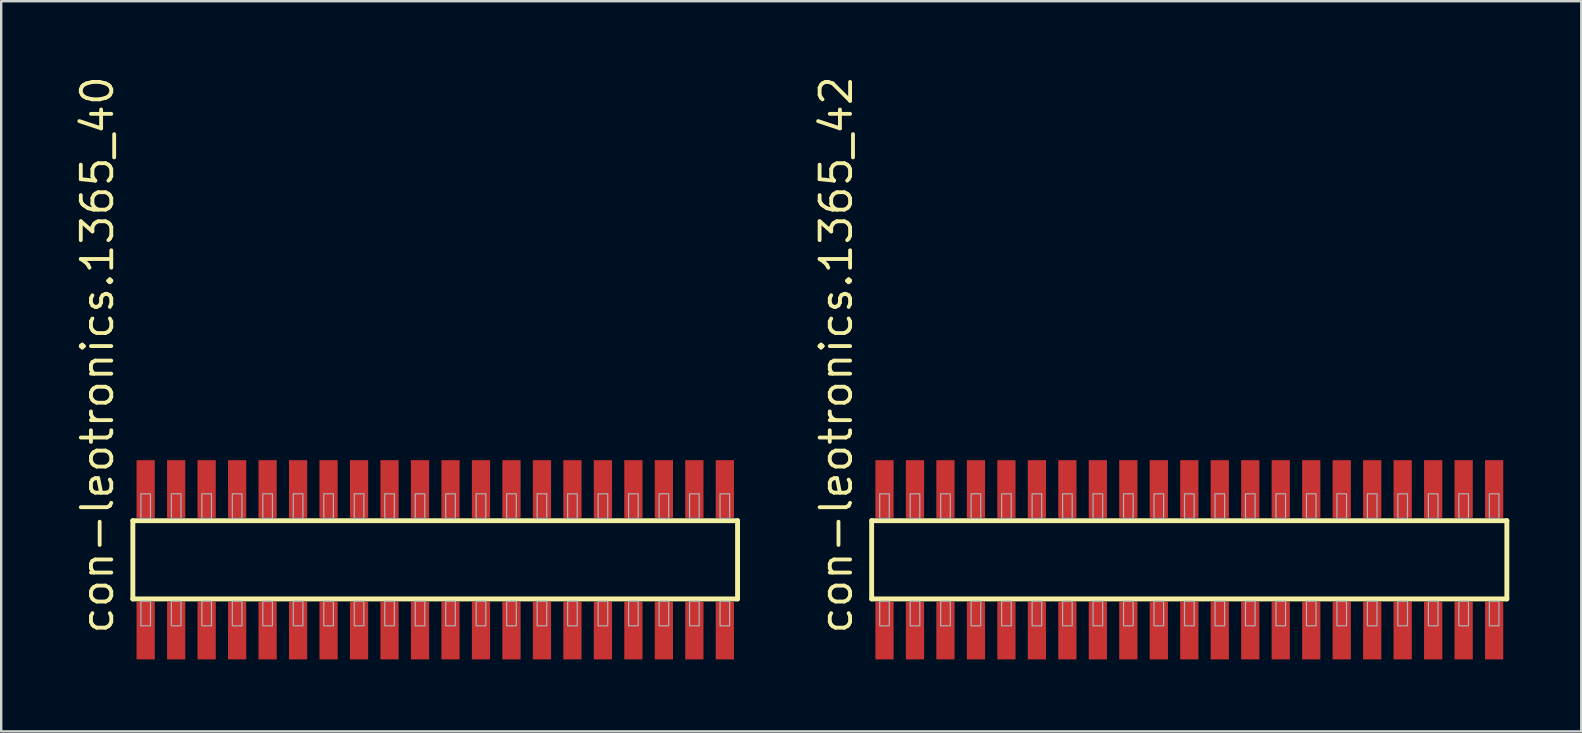
<source format=kicad_pcb>
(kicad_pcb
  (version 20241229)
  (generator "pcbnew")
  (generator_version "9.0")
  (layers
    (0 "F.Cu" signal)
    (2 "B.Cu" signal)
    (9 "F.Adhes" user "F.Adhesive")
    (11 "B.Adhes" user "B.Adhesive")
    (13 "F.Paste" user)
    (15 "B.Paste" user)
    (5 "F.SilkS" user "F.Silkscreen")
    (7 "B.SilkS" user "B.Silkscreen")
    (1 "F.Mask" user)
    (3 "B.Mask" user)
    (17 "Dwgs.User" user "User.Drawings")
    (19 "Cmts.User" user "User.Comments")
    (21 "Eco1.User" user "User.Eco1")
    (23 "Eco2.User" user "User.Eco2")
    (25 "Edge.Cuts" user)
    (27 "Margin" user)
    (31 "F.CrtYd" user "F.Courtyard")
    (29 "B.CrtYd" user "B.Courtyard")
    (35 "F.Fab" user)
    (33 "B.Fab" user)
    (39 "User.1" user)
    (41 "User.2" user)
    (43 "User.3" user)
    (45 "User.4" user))
  (footprint "con-leotronics.1365_42"
    (layer "F.Cu")
    (at 46.502 20.274)
    (property "Reference" "con-leotronics.1365_42" (at -13.97 3.175 90) (layer "F.SilkS") (effects (font (size 1.27 1.27) (thickness 0.16)) (justify left bottom)))
    (attr smd)
    (fp_line (start -13.235 -1.63) (end 13.23 -1.63) (stroke (width 0.203) (type default)) (layer "F.SilkS"))
    (fp_line (start -13.235 1.63) (end -13.235 -1.63) (stroke (width 0.203) (type default)) (layer "F.SilkS"))
    (fp_line (start 13.23 -1.63) (end 13.23 1.63) (stroke (width 0.203) (type default)) (layer "F.SilkS"))
    (fp_line (start 13.23 1.63) (end -13.235 1.63) (stroke (width 0.203) (type default)) (layer "F.SilkS"))
    (fp_rect (start -12.9 -1.725) (end -12.5 -2.75) (stroke (width 0.05) (type default)) (fill no) (layer "F.Fab"))
    (fp_rect (start -12.9 2.75) (end -12.5 1.725) (stroke (width 0.05) (type default)) (fill no) (layer "F.Fab"))
    (fp_rect (start -11.63 -1.725) (end -11.23 -2.75) (stroke (width 0.05) (type default)) (fill no) (layer "F.Fab"))
    (fp_rect (start -11.63 2.75) (end -11.23 1.725) (stroke (width 0.05) (type default)) (fill no) (layer "F.Fab"))
    (fp_rect (start -10.36 -1.725) (end -9.96 -2.75) (stroke (width 0.05) (type default)) (fill no) (layer "F.Fab"))
    (fp_rect (start -10.36 2.75) (end -9.96 1.725) (stroke (width 0.05) (type default)) (fill no) (layer "F.Fab"))
    (fp_rect (start -9.09 -1.725) (end -8.69 -2.75) (stroke (width 0.05) (type default)) (fill no) (layer "F.Fab"))
    (fp_rect (start -9.09 2.75) (end -8.69 1.725) (stroke (width 0.05) (type default)) (fill no) (layer "F.Fab"))
    (fp_rect (start -7.82 -1.725) (end -7.42 -2.75) (stroke (width 0.05) (type default)) (fill no) (layer "F.Fab"))
    (fp_rect (start -7.82 2.75) (end -7.42 1.725) (stroke (width 0.05) (type default)) (fill no) (layer "F.Fab"))
    (fp_rect (start -6.55 -1.725) (end -6.15 -2.75) (stroke (width 0.05) (type default)) (fill no) (layer "F.Fab"))
    (fp_rect (start -6.55 2.75) (end -6.15 1.725) (stroke (width 0.05) (type default)) (fill no) (layer "F.Fab"))
    (fp_rect (start -5.28 -1.725) (end -4.88 -2.75) (stroke (width 0.05) (type default)) (fill no) (layer "F.Fab"))
    (fp_rect (start -5.28 2.75) (end -4.88 1.725) (stroke (width 0.05) (type default)) (fill no) (layer "F.Fab"))
    (fp_rect (start -4.01 -1.725) (end -3.61 -2.75) (stroke (width 0.05) (type default)) (fill no) (layer "F.Fab"))
    (fp_rect (start -4.01 2.75) (end -3.61 1.725) (stroke (width 0.05) (type default)) (fill no) (layer "F.Fab"))
    (fp_rect (start -2.74 -1.725) (end -2.34 -2.75) (stroke (width 0.05) (type default)) (fill no) (layer "F.Fab"))
    (fp_rect (start -2.74 2.75) (end -2.34 1.725) (stroke (width 0.05) (type default)) (fill no) (layer "F.Fab"))
    (fp_rect (start -1.47 -1.725) (end -1.07 -2.75) (stroke (width 0.05) (type default)) (fill no) (layer "F.Fab"))
    (fp_rect (start -1.47 2.75) (end -1.07 1.725) (stroke (width 0.05) (type default)) (fill no) (layer "F.Fab"))
    (fp_rect (start -0.2 -1.725) (end 0.2 -2.75) (stroke (width 0.05) (type default)) (fill no) (layer "F.Fab"))
    (fp_rect (start -0.2 2.75) (end 0.2 1.725) (stroke (width 0.05) (type default)) (fill no) (layer "F.Fab"))
    (fp_rect (start 1.07 -1.725) (end 1.47 -2.75) (stroke (width 0.05) (type default)) (fill no) (layer "F.Fab"))
    (fp_rect (start 1.07 2.75) (end 1.47 1.725) (stroke (width 0.05) (type default)) (fill no) (layer "F.Fab"))
    (fp_rect (start 2.34 -1.725) (end 2.74 -2.75) (stroke (width 0.05) (type default)) (fill no) (layer "F.Fab"))
    (fp_rect (start 2.34 2.75) (end 2.74 1.725) (stroke (width 0.05) (type default)) (fill no) (layer "F.Fab"))
    (fp_rect (start 3.61 -1.725) (end 4.01 -2.75) (stroke (width 0.05) (type default)) (fill no) (layer "F.Fab"))
    (fp_rect (start 3.61 2.75) (end 4.01 1.725) (stroke (width 0.05) (type default)) (fill no) (layer "F.Fab"))
    (fp_rect (start 4.88 -1.725) (end 5.28 -2.75) (stroke (width 0.05) (type default)) (fill no) (layer "F.Fab"))
    (fp_rect (start 4.88 2.75) (end 5.28 1.725) (stroke (width 0.05) (type default)) (fill no) (layer "F.Fab"))
    (fp_rect (start 6.15 -1.725) (end 6.55 -2.75) (stroke (width 0.05) (type default)) (fill no) (layer "F.Fab"))
    (fp_rect (start 6.15 2.75) (end 6.55 1.725) (stroke (width 0.05) (type default)) (fill no) (layer "F.Fab"))
    (fp_rect (start 7.42 -1.725) (end 7.82 -2.75) (stroke (width 0.05) (type default)) (fill no) (layer "F.Fab"))
    (fp_rect (start 7.42 2.75) (end 7.82 1.725) (stroke (width 0.05) (type default)) (fill no) (layer "F.Fab"))
    (fp_rect (start 8.69 -1.725) (end 9.09 -2.75) (stroke (width 0.05) (type default)) (fill no) (layer "F.Fab"))
    (fp_rect (start 8.69 2.75) (end 9.09 1.725) (stroke (width 0.05) (type default)) (fill no) (layer "F.Fab"))
    (fp_rect (start 9.96 -1.725) (end 10.36 -2.75) (stroke (width 0.05) (type default)) (fill no) (layer "F.Fab"))
    (fp_rect (start 9.96 2.75) (end 10.36 1.725) (stroke (width 0.05) (type default)) (fill no) (layer "F.Fab"))
    (fp_rect (start 11.23 -1.725) (end 11.63 -2.75) (stroke (width 0.05) (type default)) (fill no) (layer "F.Fab"))
    (fp_rect (start 11.23 2.75) (end 11.63 1.725) (stroke (width 0.05) (type default)) (fill no) (layer "F.Fab"))
    (fp_rect (start 12.5 -1.725) (end 12.9 -2.75) (stroke (width 0.05) (type default)) (fill no) (layer "F.Fab"))
    (fp_rect (start 12.5 2.75) (end 12.9 1.725) (stroke (width 0.05) (type default)) (fill no) (layer "F.Fab"))
    (pad "1" smd roundrect (at -12.7 2.95) (size 0.76 2.4) (layers "F.Cu" "F.Mask" "F.Paste") (roundrect_rratio 0.01))
    (pad "2" smd roundrect (at -12.7 -2.95) (size 0.76 2.4) (layers "F.Cu" "F.Mask" "F.Paste") (roundrect_rratio 0.01))
    (pad "3" smd roundrect (at -11.43 2.95) (size 0.76 2.4) (layers "F.Cu" "F.Mask" "F.Paste") (roundrect_rratio 0.01))
    (pad "4" smd roundrect (at -11.43 -2.95) (size 0.76 2.4) (layers "F.Cu" "F.Mask" "F.Paste") (roundrect_rratio 0.01))
    (pad "5" smd roundrect (at -10.16 2.95) (size 0.76 2.4) (layers "F.Cu" "F.Mask" "F.Paste") (roundrect_rratio 0.01))
    (pad "6" smd roundrect (at -10.16 -2.95) (size 0.76 2.4) (layers "F.Cu" "F.Mask" "F.Paste") (roundrect_rratio 0.01))
    (pad "7" smd roundrect (at -8.89 2.95) (size 0.76 2.4) (layers "F.Cu" "F.Mask" "F.Paste") (roundrect_rratio 0.01))
    (pad "8" smd roundrect (at -8.89 -2.95) (size 0.76 2.4) (layers "F.Cu" "F.Mask" "F.Paste") (roundrect_rratio 0.01))
    (pad "9" smd roundrect (at -7.62 2.95) (size 0.76 2.4) (layers "F.Cu" "F.Mask" "F.Paste") (roundrect_rratio 0.01))
    (pad "10" smd roundrect (at -7.62 -2.95) (size 0.76 2.4) (layers "F.Cu" "F.Mask" "F.Paste") (roundrect_rratio 0.01))
    (pad "11" smd roundrect (at -6.35 2.95) (size 0.76 2.4) (layers "F.Cu" "F.Mask" "F.Paste") (roundrect_rratio 0.01))
    (pad "12" smd roundrect (at -6.35 -2.95) (size 0.76 2.4) (layers "F.Cu" "F.Mask" "F.Paste") (roundrect_rratio 0.01))
    (pad "13" smd roundrect (at -5.08 2.95) (size 0.76 2.4) (layers "F.Cu" "F.Mask" "F.Paste") (roundrect_rratio 0.01))
    (pad "14" smd roundrect (at -5.08 -2.95) (size 0.76 2.4) (layers "F.Cu" "F.Mask" "F.Paste") (roundrect_rratio 0.01))
    (pad "15" smd roundrect (at -3.81 2.95) (size 0.76 2.4) (layers "F.Cu" "F.Mask" "F.Paste") (roundrect_rratio 0.01))
    (pad "16" smd roundrect (at -3.81 -2.95) (size 0.76 2.4) (layers "F.Cu" "F.Mask" "F.Paste") (roundrect_rratio 0.01))
    (pad "17" smd roundrect (at -2.54 2.95) (size 0.76 2.4) (layers "F.Cu" "F.Mask" "F.Paste") (roundrect_rratio 0.01))
    (pad "18" smd roundrect (at -2.54 -2.95) (size 0.76 2.4) (layers "F.Cu" "F.Mask" "F.Paste") (roundrect_rratio 0.01))
    (pad "19" smd roundrect (at -1.27 2.95) (size 0.76 2.4) (layers "F.Cu" "F.Mask" "F.Paste") (roundrect_rratio 0.01))
    (pad "20" smd roundrect (at -1.27 -2.95) (size 0.76 2.4) (layers "F.Cu" "F.Mask" "F.Paste") (roundrect_rratio 0.01))
    (pad "21" smd roundrect (at 0 2.95) (size 0.76 2.4) (layers "F.Cu" "F.Mask" "F.Paste") (roundrect_rratio 0.01))
    (pad "22" smd roundrect (at 0 -2.95) (size 0.76 2.4) (layers "F.Cu" "F.Mask" "F.Paste") (roundrect_rratio 0.01))
    (pad "23" smd roundrect (at 1.27 2.95) (size 0.76 2.4) (layers "F.Cu" "F.Mask" "F.Paste") (roundrect_rratio 0.01))
    (pad "24" smd roundrect (at 1.27 -2.95) (size 0.76 2.4) (layers "F.Cu" "F.Mask" "F.Paste") (roundrect_rratio 0.01))
    (pad "25" smd roundrect (at 2.54 2.95) (size 0.76 2.4) (layers "F.Cu" "F.Mask" "F.Paste") (roundrect_rratio 0.01))
    (pad "26" smd roundrect (at 2.54 -2.95) (size 0.76 2.4) (layers "F.Cu" "F.Mask" "F.Paste") (roundrect_rratio 0.01))
    (pad "27" smd roundrect (at 3.81 2.95) (size 0.76 2.4) (layers "F.Cu" "F.Mask" "F.Paste") (roundrect_rratio 0.01))
    (pad "28" smd roundrect (at 3.81 -2.95) (size 0.76 2.4) (layers "F.Cu" "F.Mask" "F.Paste") (roundrect_rratio 0.01))
    (pad "29" smd roundrect (at 5.08 2.95) (size 0.76 2.4) (layers "F.Cu" "F.Mask" "F.Paste") (roundrect_rratio 0.01))
    (pad "30" smd roundrect (at 5.08 -2.95) (size 0.76 2.4) (layers "F.Cu" "F.Mask" "F.Paste") (roundrect_rratio 0.01))
    (pad "31" smd roundrect (at 6.35 2.95) (size 0.76 2.4) (layers "F.Cu" "F.Mask" "F.Paste") (roundrect_rratio 0.01))
    (pad "32" smd roundrect (at 6.35 -2.95) (size 0.76 2.4) (layers "F.Cu" "F.Mask" "F.Paste") (roundrect_rratio 0.01))
    (pad "33" smd roundrect (at 7.62 2.95) (size 0.76 2.4) (layers "F.Cu" "F.Mask" "F.Paste") (roundrect_rratio 0.01))
    (pad "34" smd roundrect (at 7.62 -2.95) (size 0.76 2.4) (layers "F.Cu" "F.Mask" "F.Paste") (roundrect_rratio 0.01))
    (pad "35" smd roundrect (at 8.89 2.95) (size 0.76 2.4) (layers "F.Cu" "F.Mask" "F.Paste") (roundrect_rratio 0.01))
    (pad "36" smd roundrect (at 8.89 -2.95) (size 0.76 2.4) (layers "F.Cu" "F.Mask" "F.Paste") (roundrect_rratio 0.01))
    (pad "37" smd roundrect (at 10.16 2.95) (size 0.76 2.4) (layers "F.Cu" "F.Mask" "F.Paste") (roundrect_rratio 0.01))
    (pad "38" smd roundrect (at 10.16 -2.95) (size 0.76 2.4) (layers "F.Cu" "F.Mask" "F.Paste") (roundrect_rratio 0.01))
    (pad "39" smd roundrect (at 11.43 2.95) (size 0.76 2.4) (layers "F.Cu" "F.Mask" "F.Paste") (roundrect_rratio 0.01))
    (pad "40" smd roundrect (at 11.43 -2.95) (size 0.76 2.4) (layers "F.Cu" "F.Mask" "F.Paste") (roundrect_rratio 0.01))
    (pad "41" smd roundrect (at 12.7 2.95) (size 0.76 2.4) (layers "F.Cu" "F.Mask" "F.Paste") (roundrect_rratio 0.01))
    (pad "42" smd roundrect (at 12.7 -2.95) (size 0.76 2.4) (layers "F.Cu" "F.Mask" "F.Paste") (roundrect_rratio 0.01)))
  (footprint "con-leotronics.1365_40"
    (layer "F.Cu")
    (at 15.085 20.274)
    (property "Reference" "con-leotronics.1365_40" (at -13.335 3.175 90) (layer "F.SilkS") (effects (font (size 1.27 1.27) (thickness 0.16)) (justify left bottom)))
    (attr smd)
    (fp_line (start -12.6 -1.63) (end 12.595 -1.63) (stroke (width 0.203) (type default)) (layer "F.SilkS"))
    (fp_line (start -12.6 1.63) (end -12.6 -1.63) (stroke (width 0.203) (type default)) (layer "F.SilkS"))
    (fp_line (start 12.595 -1.63) (end 12.595 1.63) (stroke (width 0.203) (type default)) (layer "F.SilkS"))
    (fp_line (start 12.595 1.63) (end -12.6 1.63) (stroke (width 0.203) (type default)) (layer "F.SilkS"))
    (fp_rect (start -12.265 -1.725) (end -11.865 -2.75) (stroke (width 0.05) (type default)) (fill no) (layer "F.Fab"))
    (fp_rect (start -12.265 2.75) (end -11.865 1.725) (stroke (width 0.05) (type default)) (fill no) (layer "F.Fab"))
    (fp_rect (start -10.995 -1.725) (end -10.595 -2.75) (stroke (width 0.05) (type default)) (fill no) (layer "F.Fab"))
    (fp_rect (start -10.995 2.75) (end -10.595 1.725) (stroke (width 0.05) (type default)) (fill no) (layer "F.Fab"))
    (fp_rect (start -9.725 -1.725) (end -9.325 -2.75) (stroke (width 0.05) (type default)) (fill no) (layer "F.Fab"))
    (fp_rect (start -9.725 2.75) (end -9.325 1.725) (stroke (width 0.05) (type default)) (fill no) (layer "F.Fab"))
    (fp_rect (start -8.455 -1.725) (end -8.055 -2.75) (stroke (width 0.05) (type default)) (fill no) (layer "F.Fab"))
    (fp_rect (start -8.455 2.75) (end -8.055 1.725) (stroke (width 0.05) (type default)) (fill no) (layer "F.Fab"))
    (fp_rect (start -7.185 -1.725) (end -6.785 -2.75) (stroke (width 0.05) (type default)) (fill no) (layer "F.Fab"))
    (fp_rect (start -7.185 2.75) (end -6.785 1.725) (stroke (width 0.05) (type default)) (fill no) (layer "F.Fab"))
    (fp_rect (start -5.915 -1.725) (end -5.515 -2.75) (stroke (width 0.05) (type default)) (fill no) (layer "F.Fab"))
    (fp_rect (start -5.915 2.75) (end -5.515 1.725) (stroke (width 0.05) (type default)) (fill no) (layer "F.Fab"))
    (fp_rect (start -4.645 -1.725) (end -4.245 -2.75) (stroke (width 0.05) (type default)) (fill no) (layer "F.Fab"))
    (fp_rect (start -4.645 2.75) (end -4.245 1.725) (stroke (width 0.05) (type default)) (fill no) (layer "F.Fab"))
    (fp_rect (start -3.375 -1.725) (end -2.975 -2.75) (stroke (width 0.05) (type default)) (fill no) (layer "F.Fab"))
    (fp_rect (start -3.375 2.75) (end -2.975 1.725) (stroke (width 0.05) (type default)) (fill no) (layer "F.Fab"))
    (fp_rect (start -2.105 -1.725) (end -1.705 -2.75) (stroke (width 0.05) (type default)) (fill no) (layer "F.Fab"))
    (fp_rect (start -2.105 2.75) (end -1.705 1.725) (stroke (width 0.05) (type default)) (fill no) (layer "F.Fab"))
    (fp_rect (start -0.835 -1.725) (end -0.435 -2.75) (stroke (width 0.05) (type default)) (fill no) (layer "F.Fab"))
    (fp_rect (start -0.835 2.75) (end -0.435 1.725) (stroke (width 0.05) (type default)) (fill no) (layer "F.Fab"))
    (fp_rect (start 0.435 -1.725) (end 0.835 -2.75) (stroke (width 0.05) (type default)) (fill no) (layer "F.Fab"))
    (fp_rect (start 0.435 2.75) (end 0.835 1.725) (stroke (width 0.05) (type default)) (fill no) (layer "F.Fab"))
    (fp_rect (start 1.705 -1.725) (end 2.105 -2.75) (stroke (width 0.05) (type default)) (fill no) (layer "F.Fab"))
    (fp_rect (start 1.705 2.75) (end 2.105 1.725) (stroke (width 0.05) (type default)) (fill no) (layer "F.Fab"))
    (fp_rect (start 2.975 -1.725) (end 3.375 -2.75) (stroke (width 0.05) (type default)) (fill no) (layer "F.Fab"))
    (fp_rect (start 2.975 2.75) (end 3.375 1.725) (stroke (width 0.05) (type default)) (fill no) (layer "F.Fab"))
    (fp_rect (start 4.245 -1.725) (end 4.645 -2.75) (stroke (width 0.05) (type default)) (fill no) (layer "F.Fab"))
    (fp_rect (start 4.245 2.75) (end 4.645 1.725) (stroke (width 0.05) (type default)) (fill no) (layer "F.Fab"))
    (fp_rect (start 5.515 -1.725) (end 5.915 -2.75) (stroke (width 0.05) (type default)) (fill no) (layer "F.Fab"))
    (fp_rect (start 5.515 2.75) (end 5.915 1.725) (stroke (width 0.05) (type default)) (fill no) (layer "F.Fab"))
    (fp_rect (start 6.785 -1.725) (end 7.185 -2.75) (stroke (width 0.05) (type default)) (fill no) (layer "F.Fab"))
    (fp_rect (start 6.785 2.75) (end 7.185 1.725) (stroke (width 0.05) (type default)) (fill no) (layer "F.Fab"))
    (fp_rect (start 8.055 -1.725) (end 8.455 -2.75) (stroke (width 0.05) (type default)) (fill no) (layer "F.Fab"))
    (fp_rect (start 8.055 2.75) (end 8.455 1.725) (stroke (width 0.05) (type default)) (fill no) (layer "F.Fab"))
    (fp_rect (start 9.325 -1.725) (end 9.725 -2.75) (stroke (width 0.05) (type default)) (fill no) (layer "F.Fab"))
    (fp_rect (start 9.325 2.75) (end 9.725 1.725) (stroke (width 0.05) (type default)) (fill no) (layer "F.Fab"))
    (fp_rect (start 10.595 -1.725) (end 10.995 -2.75) (stroke (width 0.05) (type default)) (fill no) (layer "F.Fab"))
    (fp_rect (start 10.595 2.75) (end 10.995 1.725) (stroke (width 0.05) (type default)) (fill no) (layer "F.Fab"))
    (fp_rect (start 11.865 -1.725) (end 12.265 -2.75) (stroke (width 0.05) (type default)) (fill no) (layer "F.Fab"))
    (fp_rect (start 11.865 2.75) (end 12.265 1.725) (stroke (width 0.05) (type default)) (fill no) (layer "F.Fab"))
    (pad "1" smd roundrect (at -12.065 2.95) (size 0.76 2.4) (layers "F.Cu" "F.Mask" "F.Paste") (roundrect_rratio 0.01))
    (pad "2" smd roundrect (at -12.065 -2.95) (size 0.76 2.4) (layers "F.Cu" "F.Mask" "F.Paste") (roundrect_rratio 0.01))
    (pad "3" smd roundrect (at -10.795 2.95) (size 0.76 2.4) (layers "F.Cu" "F.Mask" "F.Paste") (roundrect_rratio 0.01))
    (pad "4" smd roundrect (at -10.795 -2.95) (size 0.76 2.4) (layers "F.Cu" "F.Mask" "F.Paste") (roundrect_rratio 0.01))
    (pad "5" smd roundrect (at -9.525 2.95) (size 0.76 2.4) (layers "F.Cu" "F.Mask" "F.Paste") (roundrect_rratio 0.01))
    (pad "6" smd roundrect (at -9.525 -2.95) (size 0.76 2.4) (layers "F.Cu" "F.Mask" "F.Paste") (roundrect_rratio 0.01))
    (pad "7" smd roundrect (at -8.255 2.95) (size 0.76 2.4) (layers "F.Cu" "F.Mask" "F.Paste") (roundrect_rratio 0.01))
    (pad "8" smd roundrect (at -8.255 -2.95) (size 0.76 2.4) (layers "F.Cu" "F.Mask" "F.Paste") (roundrect_rratio 0.01))
    (pad "9" smd roundrect (at -6.985 2.95) (size 0.76 2.4) (layers "F.Cu" "F.Mask" "F.Paste") (roundrect_rratio 0.01))
    (pad "10" smd roundrect (at -6.985 -2.95) (size 0.76 2.4) (layers "F.Cu" "F.Mask" "F.Paste") (roundrect_rratio 0.01))
    (pad "11" smd roundrect (at -5.715 2.95) (size 0.76 2.4) (layers "F.Cu" "F.Mask" "F.Paste") (roundrect_rratio 0.01))
    (pad "12" smd roundrect (at -5.715 -2.95) (size 0.76 2.4) (layers "F.Cu" "F.Mask" "F.Paste") (roundrect_rratio 0.01))
    (pad "13" smd roundrect (at -4.445 2.95) (size 0.76 2.4) (layers "F.Cu" "F.Mask" "F.Paste") (roundrect_rratio 0.01))
    (pad "14" smd roundrect (at -4.445 -2.95) (size 0.76 2.4) (layers "F.Cu" "F.Mask" "F.Paste") (roundrect_rratio 0.01))
    (pad "15" smd roundrect (at -3.175 2.95) (size 0.76 2.4) (layers "F.Cu" "F.Mask" "F.Paste") (roundrect_rratio 0.01))
    (pad "16" smd roundrect (at -3.175 -2.95) (size 0.76 2.4) (layers "F.Cu" "F.Mask" "F.Paste") (roundrect_rratio 0.01))
    (pad "17" smd roundrect (at -1.905 2.95) (size 0.76 2.4) (layers "F.Cu" "F.Mask" "F.Paste") (roundrect_rratio 0.01))
    (pad "18" smd roundrect (at -1.905 -2.95) (size 0.76 2.4) (layers "F.Cu" "F.Mask" "F.Paste") (roundrect_rratio 0.01))
    (pad "19" smd roundrect (at -0.635 2.95) (size 0.76 2.4) (layers "F.Cu" "F.Mask" "F.Paste") (roundrect_rratio 0.01))
    (pad "20" smd roundrect (at -0.635 -2.95) (size 0.76 2.4) (layers "F.Cu" "F.Mask" "F.Paste") (roundrect_rratio 0.01))
    (pad "21" smd roundrect (at 0.635 2.95) (size 0.76 2.4) (layers "F.Cu" "F.Mask" "F.Paste") (roundrect_rratio 0.01))
    (pad "22" smd roundrect (at 0.635 -2.95) (size 0.76 2.4) (layers "F.Cu" "F.Mask" "F.Paste") (roundrect_rratio 0.01))
    (pad "23" smd roundrect (at 1.905 2.95) (size 0.76 2.4) (layers "F.Cu" "F.Mask" "F.Paste") (roundrect_rratio 0.01))
    (pad "24" smd roundrect (at 1.905 -2.95) (size 0.76 2.4) (layers "F.Cu" "F.Mask" "F.Paste") (roundrect_rratio 0.01))
    (pad "25" smd roundrect (at 3.175 2.95) (size 0.76 2.4) (layers "F.Cu" "F.Mask" "F.Paste") (roundrect_rratio 0.01))
    (pad "26" smd roundrect (at 3.175 -2.95) (size 0.76 2.4) (layers "F.Cu" "F.Mask" "F.Paste") (roundrect_rratio 0.01))
    (pad "27" smd roundrect (at 4.445 2.95) (size 0.76 2.4) (layers "F.Cu" "F.Mask" "F.Paste") (roundrect_rratio 0.01))
    (pad "28" smd roundrect (at 4.445 -2.95) (size 0.76 2.4) (layers "F.Cu" "F.Mask" "F.Paste") (roundrect_rratio 0.01))
    (pad "29" smd roundrect (at 5.715 2.95) (size 0.76 2.4) (layers "F.Cu" "F.Mask" "F.Paste") (roundrect_rratio 0.01))
    (pad "30" smd roundrect (at 5.715 -2.95) (size 0.76 2.4) (layers "F.Cu" "F.Mask" "F.Paste") (roundrect_rratio 0.01))
    (pad "31" smd roundrect (at 6.985 2.95) (size 0.76 2.4) (layers "F.Cu" "F.Mask" "F.Paste") (roundrect_rratio 0.01))
    (pad "32" smd roundrect (at 6.985 -2.95) (size 0.76 2.4) (layers "F.Cu" "F.Mask" "F.Paste") (roundrect_rratio 0.01))
    (pad "33" smd roundrect (at 8.255 2.95) (size 0.76 2.4) (layers "F.Cu" "F.Mask" "F.Paste") (roundrect_rratio 0.01))
    (pad "34" smd roundrect (at 8.255 -2.95) (size 0.76 2.4) (layers "F.Cu" "F.Mask" "F.Paste") (roundrect_rratio 0.01))
    (pad "35" smd roundrect (at 9.525 2.95) (size 0.76 2.4) (layers "F.Cu" "F.Mask" "F.Paste") (roundrect_rratio 0.01))
    (pad "36" smd roundrect (at 9.525 -2.95) (size 0.76 2.4) (layers "F.Cu" "F.Mask" "F.Paste") (roundrect_rratio 0.01))
    (pad "37" smd roundrect (at 10.795 2.95) (size 0.76 2.4) (layers "F.Cu" "F.Mask" "F.Paste") (roundrect_rratio 0.01))
    (pad "38" smd roundrect (at 10.795 -2.95) (size 0.76 2.4) (layers "F.Cu" "F.Mask" "F.Paste") (roundrect_rratio 0.01))
    (pad "39" smd roundrect (at 12.065 2.95) (size 0.76 2.4) (layers "F.Cu" "F.Mask" "F.Paste") (roundrect_rratio 0.01))
    (pad "40" smd roundrect (at 12.065 -2.95) (size 0.76 2.4) (layers "F.Cu" "F.Mask" "F.Paste") (roundrect_rratio 0.01)))
  (gr_rect
    (start -3 -3)
    (end 62.833 27.424)
    (stroke (width 0.1) (type default))
    (fill no)
    (layer "Edge.Cuts")))
</source>
